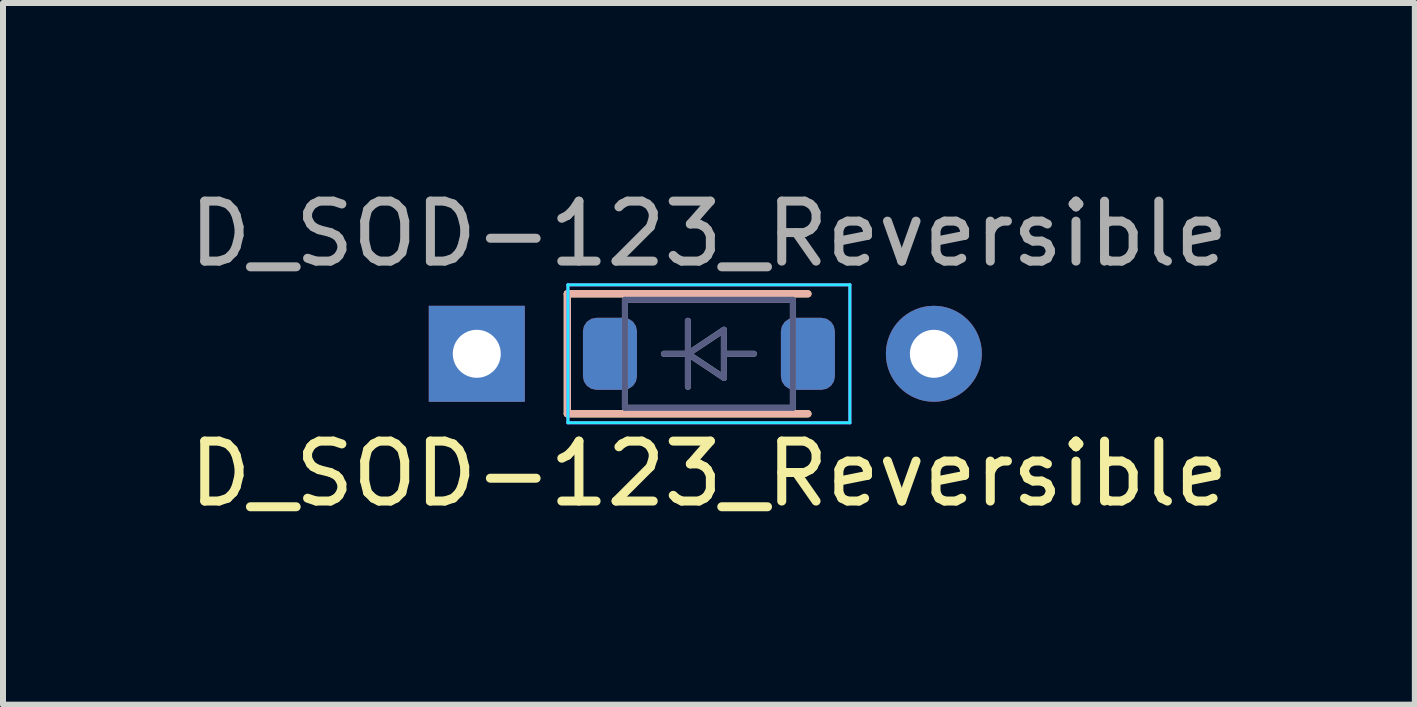
<source format=kicad_pcb>
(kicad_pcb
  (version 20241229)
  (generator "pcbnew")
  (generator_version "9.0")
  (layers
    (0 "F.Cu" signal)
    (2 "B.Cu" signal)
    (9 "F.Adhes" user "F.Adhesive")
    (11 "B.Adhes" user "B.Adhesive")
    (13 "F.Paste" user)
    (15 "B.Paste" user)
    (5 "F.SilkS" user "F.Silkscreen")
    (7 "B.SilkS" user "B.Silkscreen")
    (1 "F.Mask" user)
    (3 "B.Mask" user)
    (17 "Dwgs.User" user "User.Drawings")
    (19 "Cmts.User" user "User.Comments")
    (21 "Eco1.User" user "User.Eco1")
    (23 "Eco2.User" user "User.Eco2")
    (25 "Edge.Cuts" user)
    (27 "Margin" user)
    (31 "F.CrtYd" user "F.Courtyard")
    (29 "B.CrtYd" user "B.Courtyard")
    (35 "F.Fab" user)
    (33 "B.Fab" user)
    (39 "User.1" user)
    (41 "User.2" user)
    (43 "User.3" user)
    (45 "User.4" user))
  (footprint "D_SOD-123_Reversible"
    (layer "F.Cu")
    (at 8.768 2.848)
    (property "Reference" "D_SOD-123_Reversible" (at 0 2 0) (layer "F.SilkS") (effects (font (size 1 1) (thickness 0.15))))
    (attr smd)
    (fp_line (start -2.36 -1) (end -2.36 1) (stroke (width 0.12) (type solid)) (layer "F.SilkS"))
    (fp_line (start -2.36 -1) (end 1.65 -1) (stroke (width 0.12) (type solid)) (layer "F.SilkS"))
    (fp_line (start -2.36 1) (end 1.65 1) (stroke (width 0.12) (type solid)) (layer "F.SilkS"))
    (fp_line (start -2.36 -1) (end 1.65 -1) (stroke (width 0.12) (type solid)) (layer "B.SilkS"))
    (fp_line (start -2.36 1) (end -2.36 -1) (stroke (width 0.12) (type solid)) (layer "B.SilkS"))
    (fp_line (start -2.36 1) (end 1.65 1) (stroke (width 0.12) (type solid)) (layer "B.SilkS"))
    (fp_line (start -2.35 1.15) (end -2.35 -1.15) (stroke (width 0.05) (type solid)) (layer "B.CrtYd"))
    (fp_line (start -2.35 1.15) (end 2.35 1.15) (stroke (width 0.05) (type solid)) (layer "B.CrtYd"))
    (fp_line (start 2.35 -1.15) (end -2.35 -1.15) (stroke (width 0.05) (type solid)) (layer "B.CrtYd"))
    (fp_line (start 2.35 1.15) (end 2.35 -1.15) (stroke (width 0.05) (type solid)) (layer "B.CrtYd"))
    (fp_line (start -2.35 -1.15) (end -2.35 1.15) (stroke (width 0.05) (type solid)) (layer "F.CrtYd"))
    (fp_line (start -2.35 -1.15) (end 2.35 -1.15) (stroke (width 0.05) (type solid)) (layer "F.CrtYd"))
    (fp_line (start 2.35 -1.15) (end 2.35 1.15) (stroke (width 0.05) (type solid)) (layer "F.CrtYd"))
    (fp_line (start 2.35 1.15) (end -2.35 1.15) (stroke (width 0.05) (type solid)) (layer "F.CrtYd"))
    (fp_line (start -1.4 -0.9) (end -1.4 0.9) (stroke (width 0.1) (type solid)) (layer "B.Fab"))
    (fp_line (start -1.4 0.9) (end 1.4 0.9) (stroke (width 0.1) (type solid)) (layer "B.Fab"))
    (fp_line (start -0.75 0) (end -0.35 0) (stroke (width 0.1) (type solid)) (layer "B.Fab"))
    (fp_line (start -0.35 0) (end -0.35 -0.55) (stroke (width 0.1) (type solid)) (layer "B.Fab"))
    (fp_line (start -0.35 0) (end -0.35 0.55) (stroke (width 0.1) (type solid)) (layer "B.Fab"))
    (fp_line (start -0.35 0) (end 0.25 0.4) (stroke (width 0.1) (type solid)) (layer "B.Fab"))
    (fp_line (start 0.25 -0.4) (end -0.35 0) (stroke (width 0.1) (type solid)) (layer "B.Fab"))
    (fp_line (start 0.25 0) (end 0.75 0) (stroke (width 0.1) (type solid)) (layer "B.Fab"))
    (fp_line (start 0.25 0.4) (end 0.25 -0.4) (stroke (width 0.1) (type solid)) (layer "B.Fab"))
    (fp_line (start 1.4 -0.9) (end -1.4 -0.9) (stroke (width 0.1) (type solid)) (layer "B.Fab"))
    (fp_line (start 1.4 0.9) (end 1.4 -0.9) (stroke (width 0.1) (type solid)) (layer "B.Fab"))
    (fp_line (start -1.4 -0.9) (end 1.4 -0.9) (stroke (width 0.1) (type solid)) (layer "F.Fab"))
    (fp_line (start -1.4 0.9) (end -1.4 -0.9) (stroke (width 0.1) (type solid)) (layer "F.Fab"))
    (fp_line (start -0.75 0) (end -0.35 0) (stroke (width 0.1) (type solid)) (layer "F.Fab"))
    (fp_line (start -0.35 0) (end -0.35 -0.55) (stroke (width 0.1) (type solid)) (layer "F.Fab"))
    (fp_line (start -0.35 0) (end -0.35 0.55) (stroke (width 0.1) (type solid)) (layer "F.Fab"))
    (fp_line (start -0.35 0) (end 0.25 -0.4) (stroke (width 0.1) (type solid)) (layer "F.Fab"))
    (fp_line (start 0.25 -0.4) (end 0.25 0.4) (stroke (width 0.1) (type solid)) (layer "F.Fab"))
    (fp_line (start 0.25 0) (end 0.75 0) (stroke (width 0.1) (type solid)) (layer "F.Fab"))
    (fp_line (start 0.25 0.4) (end -0.35 0) (stroke (width 0.1) (type solid)) (layer "F.Fab"))
    (fp_line (start 1.4 -0.9) (end 1.4 0.9) (stroke (width 0.1) (type solid)) (layer "F.Fab"))
    (fp_line (start 1.4 0.9) (end -1.4 0.9) (stroke (width 0.1) (type solid)) (layer "F.Fab"))
    (fp_text user "${REFERENCE}" (at 0 -2 0) (layer "F.Fab") (effects (font (size 1 1) (thickness 0.15))))
    (pad "1" thru_hole rect (at -3.87 0) (size 1.6 1.6) (drill 0.8) (layers "*.Cu" "*.Mask"))
    (pad "1" smd roundrect (at -1.65 0) (size 0.9 1.2) (layers "F.Cu" "F.Mask" "F.Paste") (roundrect_rratio 0.25))
    (pad "1" smd roundrect (at -1.65 0 180) (size 0.9 1.2) (layers "B.Cu" "B.Mask" "B.Paste") (roundrect_rratio 0.25))
    (pad "2" smd roundrect (at 1.65 0) (size 0.9 1.2) (layers "F.Cu" "F.Mask" "F.Paste") (roundrect_rratio 0.25))
    (pad "2" smd roundrect (at 1.65 0 180) (size 0.9 1.2) (layers "B.Cu" "B.Mask" "B.Paste") (roundrect_rratio 0.25))
    (pad "2" thru_hole oval (at 3.75 0) (size 1.6 1.6) (drill 0.8) (layers "*.Cu" "*.Mask")))
  (gr_rect
    (start -3 -3)
    (end 20.536 8.697)
    (stroke (width 0.1) (type default))
    (fill no)
    (layer "Edge.Cuts")))
</source>
